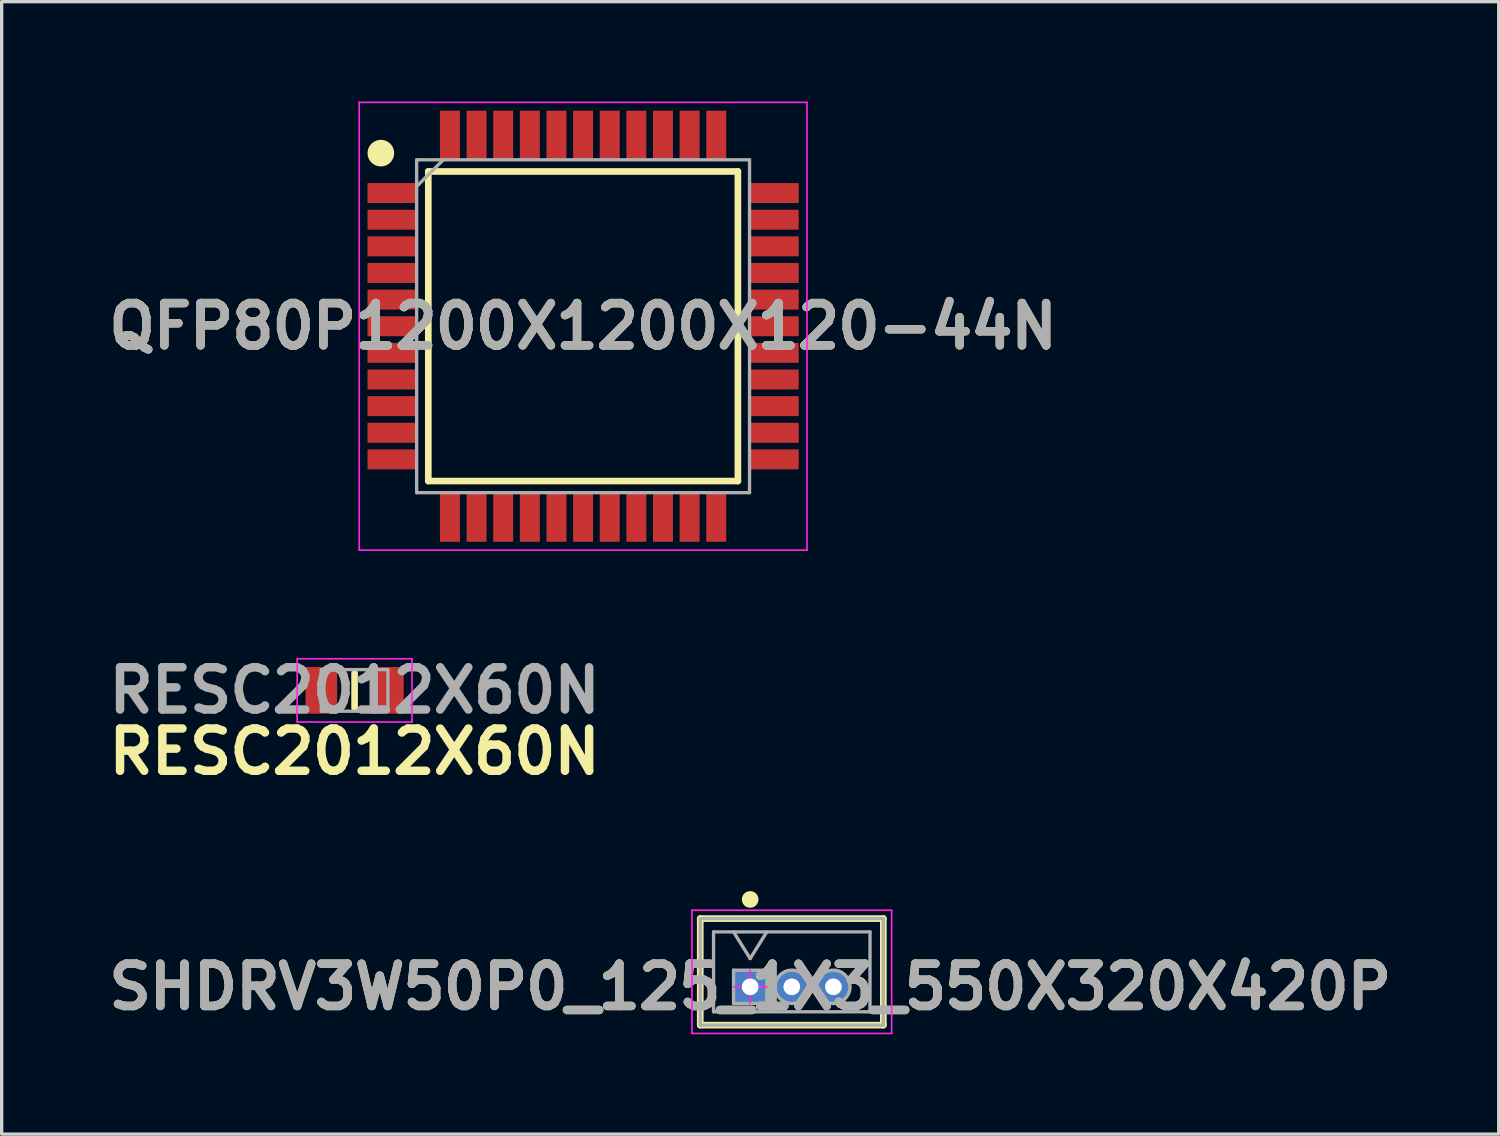
<source format=kicad_pcb>
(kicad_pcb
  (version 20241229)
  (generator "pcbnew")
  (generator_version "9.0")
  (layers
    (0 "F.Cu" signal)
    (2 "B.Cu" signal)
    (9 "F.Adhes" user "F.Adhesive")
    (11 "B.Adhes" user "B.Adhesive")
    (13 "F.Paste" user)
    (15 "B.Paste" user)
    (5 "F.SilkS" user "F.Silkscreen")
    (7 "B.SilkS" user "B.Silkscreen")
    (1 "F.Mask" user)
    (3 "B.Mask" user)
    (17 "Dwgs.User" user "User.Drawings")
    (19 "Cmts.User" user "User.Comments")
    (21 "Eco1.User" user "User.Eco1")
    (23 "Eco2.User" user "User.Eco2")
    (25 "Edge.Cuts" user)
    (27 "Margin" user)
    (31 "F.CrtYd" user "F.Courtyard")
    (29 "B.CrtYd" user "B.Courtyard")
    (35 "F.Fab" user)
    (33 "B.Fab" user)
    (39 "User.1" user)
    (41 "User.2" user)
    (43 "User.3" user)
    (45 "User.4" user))
  (footprint "SHDRV3W50P0_125_1X3_550X320X420P"
    (layer "F.Cu")
    (at 19.485 26.594)
    (property "Reference" "SHDRV3W50P0_125_1X3_550X320X420P" (at 0 0 0) (layer "F.SilkS") (effects (font (size 1.27 1.27) (thickness 0.254))))
    (attr through_hole)
    (fp_line (start -1.5 -2.05) (end 4 -2.05) (stroke (width 0.2) (type solid)) (layer "F.SilkS"))
    (fp_line (start -1.5 1.15) (end -1.5 -2.05) (stroke (width 0.2) (type solid)) (layer "F.SilkS"))
    (fp_line (start -1.5 1.15) (end 4 1.15) (stroke (width 0.2) (type solid)) (layer "F.SilkS"))
    (fp_line (start 4 1.15) (end 4 -2.05) (stroke (width 0.2) (type solid)) (layer "F.SilkS"))
    (fp_circle (center 0 -2.625) (end 0 -2.5) (stroke (width 0.25) (type solid)) (fill no) (layer "F.SilkS"))
    (fp_line (start -1.75 -2.3) (end -1.75 1.4) (stroke (width 0.05) (type solid)) (layer "F.CrtYd"))
    (fp_line (start -1.75 1.4) (end 4.25 1.4) (stroke (width 0.05) (type solid)) (layer "F.CrtYd"))
    (fp_line (start -1.5 -2.05) (end -1.5 1.15) (stroke (width 0.001) (type solid)) (layer "F.CrtYd"))
    (fp_line (start -1.5 1.15) (end 4 1.15) (stroke (width 0.001) (type solid)) (layer "F.CrtYd"))
    (fp_line (start -0.5 0) (end 0.5 0) (stroke (width 0.05) (type solid)) (layer "F.CrtYd"))
    (fp_line (start 0 0.5) (end 0 -0.5) (stroke (width 0.05) (type solid)) (layer "F.CrtYd"))
    (fp_line (start 4 -2.05) (end -1.5 -2.05) (stroke (width 0.001) (type solid)) (layer "F.CrtYd"))
    (fp_line (start 4 1.15) (end 4 -2.05) (stroke (width 0.001) (type solid)) (layer "F.CrtYd"))
    (fp_line (start 4.25 -2.3) (end -1.75 -2.3) (stroke (width 0.05) (type solid)) (layer "F.CrtYd"))
    (fp_line (start 4.25 1.4) (end 4.25 -2.3) (stroke (width 0.05) (type solid)) (layer "F.CrtYd"))
    (fp_line (start -1.5 -2.05) (end -1.5 1.15) (stroke (width 0.1) (type solid)) (layer "F.Fab"))
    (fp_line (start -1.5 1.15) (end 4 1.15) (stroke (width 0.1) (type solid)) (layer "F.Fab"))
    (fp_line (start -1.1 -1.65) (end -1.1 0.75) (stroke (width 0.1) (type solid)) (layer "F.Fab"))
    (fp_line (start -1.1 0.75) (end 3.6 0.75) (stroke (width 0.1) (type solid)) (layer "F.Fab"))
    (fp_line (start -0.5 -1.65) (end 0 -0.85) (stroke (width 0.1) (type solid)) (layer "F.Fab"))
    (fp_line (start -0.5 -0.5) (end 0.5 -0.5) (stroke (width 0.1) (type solid)) (layer "F.Fab"))
    (fp_line (start -0.5 0.5) (end -0.5 -0.5) (stroke (width 0.1) (type solid)) (layer "F.Fab"))
    (fp_line (start 0.5 -1.65) (end 0 -0.85) (stroke (width 0.1) (type solid)) (layer "F.Fab"))
    (fp_line (start 0.5 -0.5) (end 0.5 0.5) (stroke (width 0.1) (type solid)) (layer "F.Fab"))
    (fp_line (start 0.5 0.5) (end -0.5 0.5) (stroke (width 0.1) (type solid)) (layer "F.Fab"))
    (fp_line (start 3.6 -1.65) (end -1.1 -1.65) (stroke (width 0.1) (type solid)) (layer "F.Fab"))
    (fp_line (start 3.6 0.75) (end 3.6 -1.65) (stroke (width 0.1) (type solid)) (layer "F.Fab"))
    (fp_line (start 4 -2.05) (end -1.5 -2.05) (stroke (width 0.1) (type solid)) (layer "F.Fab"))
    (fp_line (start 4 1.15) (end 4 -2.05) (stroke (width 0.1) (type solid)) (layer "F.Fab"))
    (fp_circle (center 1.25 0) (end 1.25 0.5) (stroke (width 0.1) (type solid)) (fill no) (layer "F.Fab"))
    (fp_circle (center 2.5 0) (end 2.5 0.5) (stroke (width 0.1) (type solid)) (fill no) (layer "F.Fab"))
    (fp_text user "${REFERENCE}" (at 0 0 0) (layer "F.Fab") (effects (font (size 1.27 1.27) (thickness 0.254))))
    (pad "1" thru_hole rect (at 0 0) (size 1 1) (drill 0.5) (layers "*.Cu" "*.Mask"))
    (pad "2" thru_hole circle (at 1.25 0) (size 1 1) (drill 0.5) (layers "*.Cu" "*.Mask"))
    (pad "3" thru_hole circle (at 2.5 0) (size 1 1) (drill 0.5) (layers "*.Cu" "*.Mask")))
  (footprint "QFP80P1200X1200X120-44N"
    (layer "F.Cu")
    (at 14.466 6.75)
    (property "Reference" "QFP80P1200X1200X120-44N" (at 0 0 0) (layer "F.SilkS") (effects (font (size 1.27 1.27) (thickness 0.254))))
    (attr smd)
    (fp_line (start -4.65 -4.65) (end 4.65 -4.65) (stroke (width 0.2) (type solid)) (layer "F.SilkS"))
    (fp_line (start -4.65 4.65) (end -4.65 -4.65) (stroke (width 0.2) (type solid)) (layer "F.SilkS"))
    (fp_line (start 4.65 -4.65) (end 4.65 4.65) (stroke (width 0.2) (type solid)) (layer "F.SilkS"))
    (fp_line (start 4.65 4.65) (end -4.65 4.65) (stroke (width 0.2) (type solid)) (layer "F.SilkS"))
    (fp_circle (center -6.075 -5.2) (end -6.075 -5) (stroke (width 0.4) (type solid)) (fill no) (layer "F.SilkS"))
    (fp_line (start -6.725 -6.725) (end 6.725 -6.725) (stroke (width 0.05) (type solid)) (layer "F.CrtYd"))
    (fp_line (start -6.725 6.725) (end -6.725 -6.725) (stroke (width 0.05) (type solid)) (layer "F.CrtYd"))
    (fp_line (start 6.725 -6.725) (end 6.725 6.725) (stroke (width 0.05) (type solid)) (layer "F.CrtYd"))
    (fp_line (start 6.725 6.725) (end -6.725 6.725) (stroke (width 0.05) (type solid)) (layer "F.CrtYd"))
    (fp_line (start -5 -5) (end 5 -5) (stroke (width 0.1) (type solid)) (layer "F.Fab"))
    (fp_line (start -5 -4.2) (end -4.2 -5) (stroke (width 0.1) (type solid)) (layer "F.Fab"))
    (fp_line (start -5 5) (end -5 -5) (stroke (width 0.1) (type solid)) (layer "F.Fab"))
    (fp_line (start 5 -5) (end 5 5) (stroke (width 0.1) (type solid)) (layer "F.Fab"))
    (fp_line (start 5 5) (end -5 5) (stroke (width 0.1) (type solid)) (layer "F.Fab"))
    (fp_text user "${REFERENCE}" (at 0 0 0) (layer "F.Fab") (effects (font (size 1.27 1.27) (thickness 0.254))))
    (pad "1" smd rect (at -5.738 -4 90) (size 0.6 1.475) (layers "F.Cu" "F.Mask" "F.Paste"))
    (pad "2" smd rect (at -5.738 -3.2 90) (size 0.6 1.475) (layers "F.Cu" "F.Mask" "F.Paste"))
    (pad "3" smd rect (at -5.738 -2.4 90) (size 0.6 1.475) (layers "F.Cu" "F.Mask" "F.Paste"))
    (pad "4" smd rect (at -5.738 -1.6 90) (size 0.6 1.475) (layers "F.Cu" "F.Mask" "F.Paste"))
    (pad "5" smd rect (at -5.738 -0.8 90) (size 0.6 1.475) (layers "F.Cu" "F.Mask" "F.Paste"))
    (pad "6" smd rect (at -5.738 0 90) (size 0.6 1.475) (layers "F.Cu" "F.Mask" "F.Paste"))
    (pad "7" smd rect (at -5.738 0.8 90) (size 0.6 1.475) (layers "F.Cu" "F.Mask" "F.Paste"))
    (pad "8" smd rect (at -5.738 1.6 90) (size 0.6 1.475) (layers "F.Cu" "F.Mask" "F.Paste"))
    (pad "9" smd rect (at -5.738 2.4 90) (size 0.6 1.475) (layers "F.Cu" "F.Mask" "F.Paste"))
    (pad "10" smd rect (at -5.738 3.2 90) (size 0.6 1.475) (layers "F.Cu" "F.Mask" "F.Paste"))
    (pad "11" smd rect (at -5.738 4 90) (size 0.6 1.475) (layers "F.Cu" "F.Mask" "F.Paste"))
    (pad "12" smd rect (at -4 5.738) (size 0.6 1.475) (layers "F.Cu" "F.Mask" "F.Paste"))
    (pad "13" smd rect (at -3.2 5.738) (size 0.6 1.475) (layers "F.Cu" "F.Mask" "F.Paste"))
    (pad "14" smd rect (at -2.4 5.738) (size 0.6 1.475) (layers "F.Cu" "F.Mask" "F.Paste"))
    (pad "15" smd rect (at -1.6 5.738) (size 0.6 1.475) (layers "F.Cu" "F.Mask" "F.Paste"))
    (pad "16" smd rect (at -0.8 5.738) (size 0.6 1.475) (layers "F.Cu" "F.Mask" "F.Paste"))
    (pad "17" smd rect (at 0 5.738) (size 0.6 1.475) (layers "F.Cu" "F.Mask" "F.Paste"))
    (pad "18" smd rect (at 0.8 5.738) (size 0.6 1.475) (layers "F.Cu" "F.Mask" "F.Paste"))
    (pad "19" smd rect (at 1.6 5.738) (size 0.6 1.475) (layers "F.Cu" "F.Mask" "F.Paste"))
    (pad "20" smd rect (at 2.4 5.738) (size 0.6 1.475) (layers "F.Cu" "F.Mask" "F.Paste"))
    (pad "21" smd rect (at 3.2 5.738) (size 0.6 1.475) (layers "F.Cu" "F.Mask" "F.Paste"))
    (pad "22" smd rect (at 4 5.738) (size 0.6 1.475) (layers "F.Cu" "F.Mask" "F.Paste"))
    (pad "23" smd rect (at 5.738 4 90) (size 0.6 1.475) (layers "F.Cu" "F.Mask" "F.Paste"))
    (pad "24" smd rect (at 5.738 3.2 90) (size 0.6 1.475) (layers "F.Cu" "F.Mask" "F.Paste"))
    (pad "25" smd rect (at 5.738 2.4 90) (size 0.6 1.475) (layers "F.Cu" "F.Mask" "F.Paste"))
    (pad "26" smd rect (at 5.738 1.6 90) (size 0.6 1.475) (layers "F.Cu" "F.Mask" "F.Paste"))
    (pad "27" smd rect (at 5.738 0.8 90) (size 0.6 1.475) (layers "F.Cu" "F.Mask" "F.Paste"))
    (pad "28" smd rect (at 5.738 0 90) (size 0.6 1.475) (layers "F.Cu" "F.Mask" "F.Paste"))
    (pad "29" smd rect (at 5.738 -0.8 90) (size 0.6 1.475) (layers "F.Cu" "F.Mask" "F.Paste"))
    (pad "30" smd rect (at 5.738 -1.6 90) (size 0.6 1.475) (layers "F.Cu" "F.Mask" "F.Paste"))
    (pad "31" smd rect (at 5.738 -2.4 90) (size 0.6 1.475) (layers "F.Cu" "F.Mask" "F.Paste"))
    (pad "32" smd rect (at 5.738 -3.2 90) (size 0.6 1.475) (layers "F.Cu" "F.Mask" "F.Paste"))
    (pad "33" smd rect (at 5.738 -4 90) (size 0.6 1.475) (layers "F.Cu" "F.Mask" "F.Paste"))
    (pad "34" smd rect (at 4 -5.738) (size 0.6 1.475) (layers "F.Cu" "F.Mask" "F.Paste"))
    (pad "35" smd rect (at 3.2 -5.738) (size 0.6 1.475) (layers "F.Cu" "F.Mask" "F.Paste"))
    (pad "36" smd rect (at 2.4 -5.738) (size 0.6 1.475) (layers "F.Cu" "F.Mask" "F.Paste"))
    (pad "37" smd rect (at 1.6 -5.738) (size 0.6 1.475) (layers "F.Cu" "F.Mask" "F.Paste"))
    (pad "38" smd rect (at 0.8 -5.738) (size 0.6 1.475) (layers "F.Cu" "F.Mask" "F.Paste"))
    (pad "39" smd rect (at 0 -5.738) (size 0.6 1.475) (layers "F.Cu" "F.Mask" "F.Paste"))
    (pad "40" smd rect (at -0.8 -5.738) (size 0.6 1.475) (layers "F.Cu" "F.Mask" "F.Paste"))
    (pad "41" smd rect (at -1.6 -5.738) (size 0.6 1.475) (layers "F.Cu" "F.Mask" "F.Paste"))
    (pad "42" smd rect (at -2.4 -5.738) (size 0.6 1.475) (layers "F.Cu" "F.Mask" "F.Paste"))
    (pad "43" smd rect (at -3.2 -5.738) (size 0.6 1.475) (layers "F.Cu" "F.Mask" "F.Paste"))
    (pad "44" smd rect (at -4 -5.738) (size 0.6 1.475) (layers "F.Cu" "F.Mask" "F.Paste")))
  (footprint "RESC2012X60N"
    (layer "F.Cu")
    (at 7.602 17.689)
    (property "Reference" "RESC2012X60N" (at 0 1.841 0) (layer "F.SilkS") (effects (font (size 1.27 1.27) (thickness 0.254))))
    (attr smd)
    (fp_line (start 0 -0.525) (end 0 0.525) (stroke (width 0.2) (type solid)) (layer "F.SilkS"))
    (fp_line (start -1.725 -0.95) (end 1.725 -0.95) (stroke (width 0.05) (type solid)) (layer "F.CrtYd"))
    (fp_line (start -1.725 0.95) (end -1.725 -0.95) (stroke (width 0.05) (type solid)) (layer "F.CrtYd"))
    (fp_line (start 1.725 -0.95) (end 1.725 0.95) (stroke (width 0.05) (type solid)) (layer "F.CrtYd"))
    (fp_line (start 1.725 0.95) (end -1.725 0.95) (stroke (width 0.05) (type solid)) (layer "F.CrtYd"))
    (fp_line (start -1 -0.625) (end 1 -0.625) (stroke (width 0.1) (type solid)) (layer "F.Fab"))
    (fp_line (start -1 0.625) (end -1 -0.625) (stroke (width 0.1) (type solid)) (layer "F.Fab"))
    (fp_line (start 1 -0.625) (end 1 0.625) (stroke (width 0.1) (type solid)) (layer "F.Fab"))
    (fp_line (start 1 0.625) (end -1 0.625) (stroke (width 0.1) (type solid)) (layer "F.Fab"))
    (fp_text user "${REFERENCE}" (at 0 0 0) (layer "F.Fab") (effects (font (size 1.27 1.27) (thickness 0.254))))
    (pad "1" smd rect (at -1 0) (size 0.95 1.4) (layers "F.Cu" "F.Mask" "F.Paste"))
    (pad "2" smd rect (at 1 0) (size 0.95 1.4) (layers "F.Cu" "F.Mask" "F.Paste")))
  (gr_rect
    (start -3 -3)
    (end 41.971 31.019)
    (stroke (width 0.1) (type default))
    (fill no)
    (layer "Edge.Cuts")))
</source>
